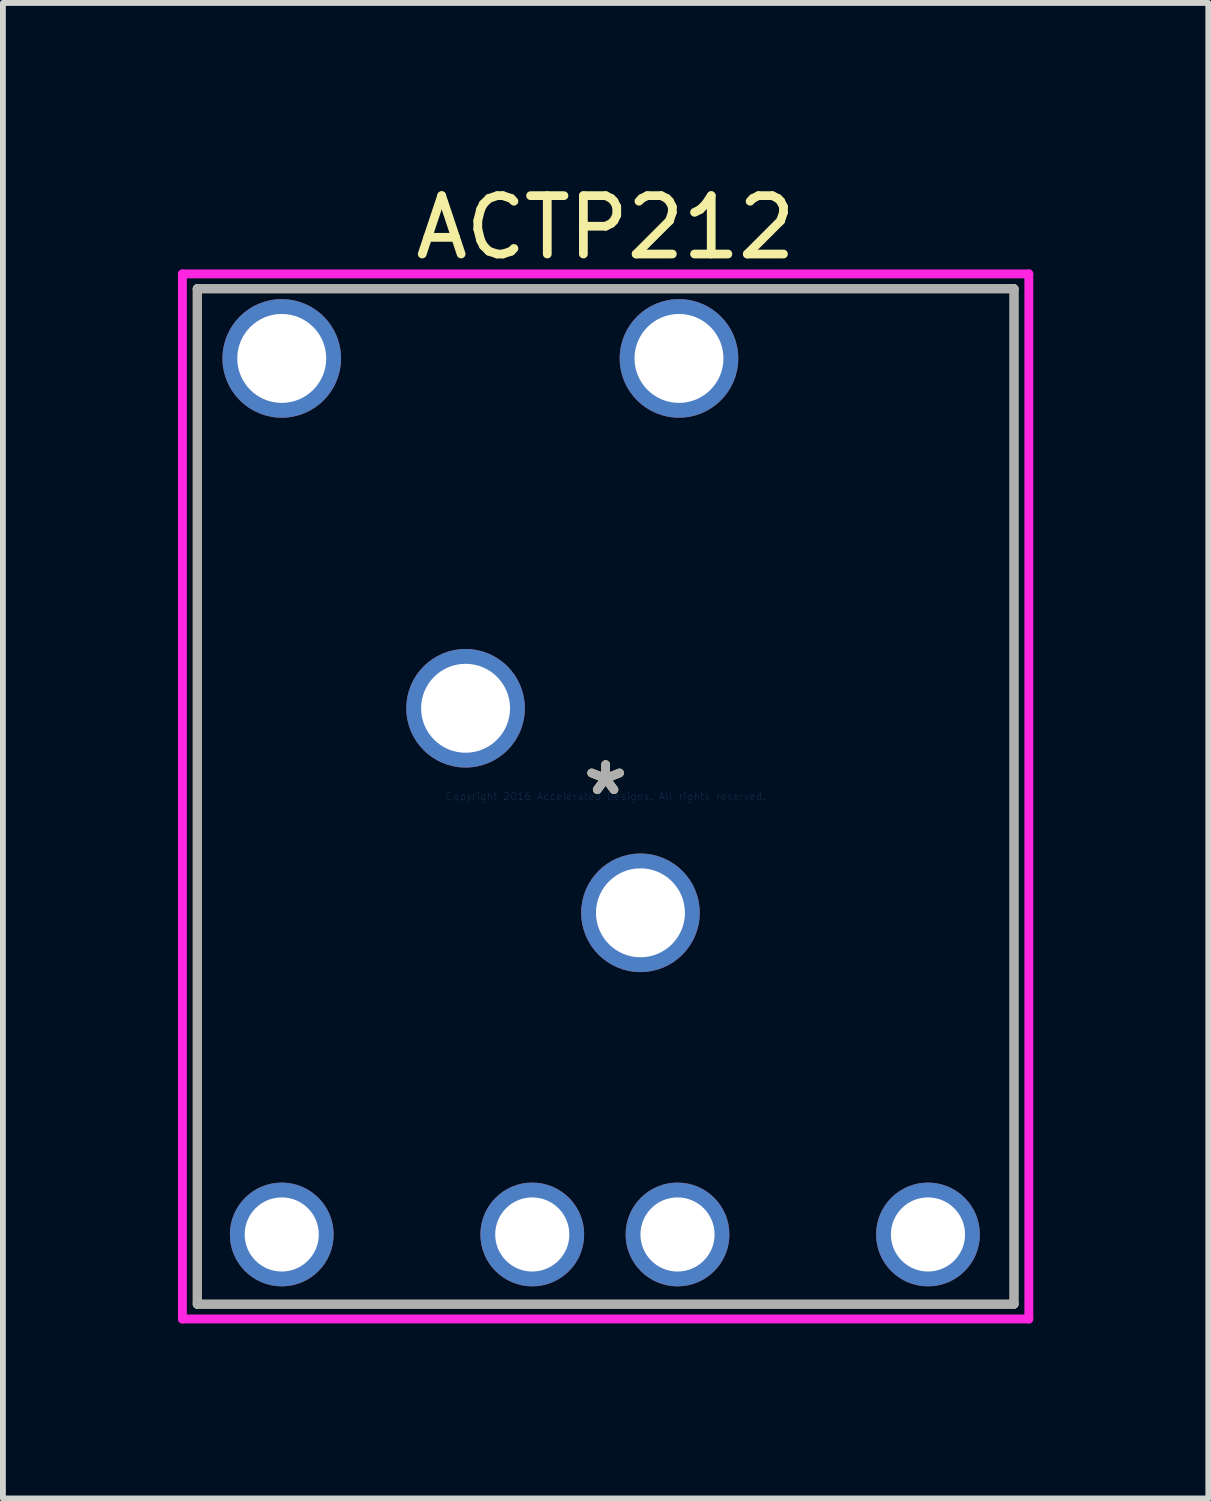
<source format=kicad_pcb>
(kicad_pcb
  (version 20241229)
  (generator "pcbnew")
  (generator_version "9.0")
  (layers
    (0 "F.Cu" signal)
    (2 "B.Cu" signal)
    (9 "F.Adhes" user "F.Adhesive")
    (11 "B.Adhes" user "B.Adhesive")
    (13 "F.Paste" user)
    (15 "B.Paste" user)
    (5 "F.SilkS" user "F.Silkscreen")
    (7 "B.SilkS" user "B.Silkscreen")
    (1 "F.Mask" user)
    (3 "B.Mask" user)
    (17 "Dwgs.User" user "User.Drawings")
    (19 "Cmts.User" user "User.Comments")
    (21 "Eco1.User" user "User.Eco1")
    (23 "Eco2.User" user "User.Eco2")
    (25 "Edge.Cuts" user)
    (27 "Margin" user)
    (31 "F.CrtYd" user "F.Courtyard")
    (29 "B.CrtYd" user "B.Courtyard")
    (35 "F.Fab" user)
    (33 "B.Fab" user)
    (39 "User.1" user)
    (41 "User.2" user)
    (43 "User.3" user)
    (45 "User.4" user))
  (footprint "ACTP212"
    (layer "F.Cu")
    (at 7.328 10.598)
    (property "Reference" "ACTP212" (at 0 -9.75 0) (layer "F.SilkS") (effects (font (size 1 1) (thickness 0.15))))
    (attr through_hole)
    (fp_line (start -6.998 -8.7) (end -6.998 8.7) (stroke (width 0.152) (type solid)) (layer "F.SilkS"))
    (fp_line (start -6.998 8.7) (end 6.998 8.7) (stroke (width 0.152) (type solid)) (layer "F.SilkS"))
    (fp_line (start 6.998 -8.7) (end -6.998 -8.7) (stroke (width 0.152) (type solid)) (layer "F.SilkS"))
    (fp_line (start 6.998 8.7) (end 6.998 -8.7) (stroke (width 0.152) (type solid)) (layer "F.SilkS"))
    (fp_line (start -7.252 -8.954) (end 7.252 -8.954) (stroke (width 0.152) (type solid)) (layer "F.CrtYd"))
    (fp_line (start -7.252 8.954) (end -7.252 -8.954) (stroke (width 0.152) (type solid)) (layer "F.CrtYd"))
    (fp_line (start 7.252 -8.954) (end 7.252 8.954) (stroke (width 0.152) (type solid)) (layer "F.CrtYd"))
    (fp_line (start 7.252 8.954) (end -7.252 8.954) (stroke (width 0.152) (type solid)) (layer "F.CrtYd"))
    (fp_line (start -6.998 -8.7) (end -6.998 8.7) (stroke (width 0.152) (type solid)) (layer "F.Fab"))
    (fp_line (start -6.998 8.7) (end 6.998 8.7) (stroke (width 0.152) (type solid)) (layer "F.Fab"))
    (fp_line (start 6.998 -8.7) (end -6.998 -8.7) (stroke (width 0.152) (type solid)) (layer "F.Fab"))
    (fp_line (start 6.998 8.7) (end 6.998 -8.7) (stroke (width 0.152) (type solid)) (layer "F.Fab"))
    (fp_text user "*" (at 0 0 0) (layer "F.SilkS") (effects (font (size 1 1) (thickness 0.15))))
    (fp_text user "Copyright 2016 Accelerated Designs. All rights reserved." (at 0 0 0) (layer "Cmts.User") (effects (font (size 0.127 0.127) (thickness 0.002))))
    (fp_text user "*" (at 0 0 0) (layer "F.Fab") (effects (font (size 1 1) (thickness 0.15))))
    (pad "1" thru_hole circle (at -5.55 -7.506) (size 2.032 2.032) (drill 1.524) (layers "*.Cu" "*.Mask"))
    (pad "2" thru_hole circle (at 1.257 -7.506) (size 2.032 2.032) (drill 1.524) (layers "*.Cu" "*.Mask"))
    (pad "3" thru_hole circle (at -2.4 -1.511) (size 2.032 2.032) (drill 1.524) (layers "*.Cu" "*.Mask"))
    (pad "4" thru_hole circle (at 0.597 1.994) (size 2.032 2.032) (drill 1.524) (layers "*.Cu" "*.Mask"))
    (pad "5" thru_hole circle (at -5.55 7.506) (size 1.778 1.778) (drill 1.27) (layers "*.Cu" "*.Mask"))
    (pad "6" thru_hole circle (at -1.257 7.506) (size 1.778 1.778) (drill 1.27) (layers "*.Cu" "*.Mask"))
    (pad "7" thru_hole circle (at 1.232 7.506) (size 1.778 1.778) (drill 1.27) (layers "*.Cu" "*.Mask"))
    (pad "8" thru_hole circle (at 5.524 7.506) (size 1.778 1.778) (drill 1.27) (layers "*.Cu" "*.Mask")))
  (gr_rect
    (start -3 -3)
    (end 17.656 22.628)
    (stroke (width 0.1) (type default))
    (fill no)
    (layer "Edge.Cuts")))
</source>
